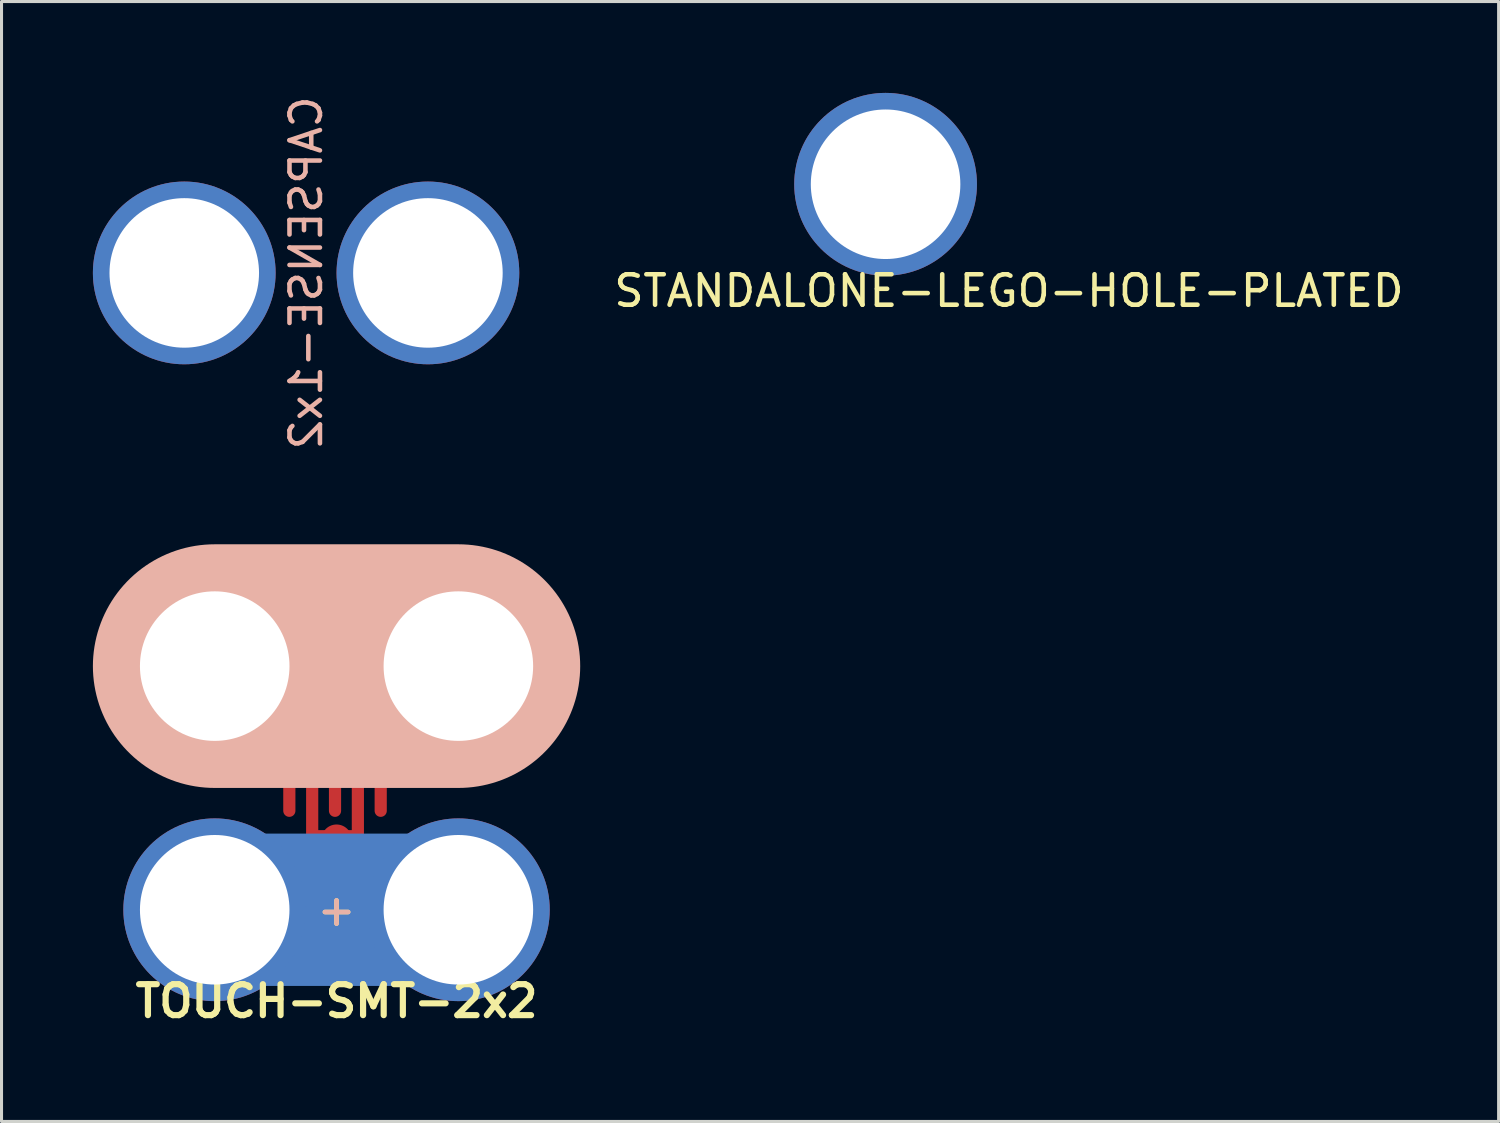
<source format=kicad_pcb>
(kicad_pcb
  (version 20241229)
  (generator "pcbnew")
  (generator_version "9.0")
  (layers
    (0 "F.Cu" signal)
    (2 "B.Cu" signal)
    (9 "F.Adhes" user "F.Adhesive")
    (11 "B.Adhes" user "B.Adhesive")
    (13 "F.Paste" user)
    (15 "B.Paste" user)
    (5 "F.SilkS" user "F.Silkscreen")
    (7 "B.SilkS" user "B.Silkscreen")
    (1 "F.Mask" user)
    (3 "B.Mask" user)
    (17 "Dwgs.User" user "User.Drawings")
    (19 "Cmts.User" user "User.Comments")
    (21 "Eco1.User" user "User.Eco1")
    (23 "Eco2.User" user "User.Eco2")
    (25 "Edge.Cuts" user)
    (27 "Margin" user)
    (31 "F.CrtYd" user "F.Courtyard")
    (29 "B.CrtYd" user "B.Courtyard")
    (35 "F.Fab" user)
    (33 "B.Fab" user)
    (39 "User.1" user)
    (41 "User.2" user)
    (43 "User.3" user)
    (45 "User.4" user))
  (footprint "CAPSENSE-1x2"
    (layer "F.Cu")
    (at 3 5.911)
    (property "Reference" "CAPSENSE-1x2" (at 4 0 90) (layer "B.SilkS") (effects (font (size 1 1) (thickness 0.15)) (justify mirror)))
    (attr through_hole)
    (pad "1" thru_hole circle (at 0 0) (size 6 6) (drill 4.91) (layers "*.Cu" "*.Mask"))
    (pad "2" thru_hole circle (at 8 0) (size 6 6) (drill 4.91) (layers "*.Cu" "*.Mask")))
  (footprint "TOUCH-SMT-2x2"
    (layer "F.Cu")
    (at 8 22.821)
    (property "Reference" "TOUCH-SMT-2x2" (at 0 7 0) (layer "F.SilkS") (effects (font (size 1.016 1.016) (thickness 0.203))))
    (attr through_hole)
    (fp_line (start -1.55 -1) (end -1.55 0.75) (stroke (width 0.4) (type solid)) (layer "F.Cu"))
    (fp_line (start -0.8 -0.25) (end -0.8 1.5) (stroke (width 0.4) (type solid)) (layer "F.Cu"))
    (fp_line (start -0.05 -1) (end -0.05 0.75) (stroke (width 0.4) (type solid)) (layer "F.Cu"))
    (fp_line (start 0 -4) (end 0 -1.1) (stroke (width 1) (type solid)) (layer "F.Cu"))
    (fp_line (start 0 1.7) (end 0 4.6) (stroke (width 1) (type solid)) (layer "F.Cu"))
    (fp_line (start 0.7 1.5) (end 0.7 -0.25) (stroke (width 0.4) (type solid)) (layer "F.Cu"))
    (fp_line (start 1.45 -1) (end 1.45 0.75) (stroke (width 0.4) (type solid)) (layer "F.Cu"))
    (fp_line (start 4 -4) (end -4.1 -4) (stroke (width 1) (type solid)) (layer "F.Cu"))
    (fp_line (start 4 4.6) (end -4.1 4.6) (stroke (width 1) (type solid)) (layer "F.Cu"))
    (fp_line (start -4 -4) (end 4 -4) (stroke (width 5) (type solid)) (layer "B.Cu"))
    (fp_line (start -4 4) (end 4 4) (stroke (width 5) (type solid)) (layer "B.Cu"))
    (fp_line (start -4 -4) (end 4 -4) (stroke (width 5) (type solid)) (layer "B.Mask"))
    (fp_line (start -4 4) (end 4 4) (stroke (width 5) (type solid)) (layer "B.Mask"))
    (fp_line (start -4 -4) (end 4 -4) (stroke (width 8) (type solid)) (layer "B.SilkS"))
    (fp_text user "+" (at 0 4 0) (layer "F.SilkS") (effects (font (size 1 1) (thickness 0.15))))
    (fp_text user "-" (at 0 -4 0) (layer "F.SilkS") (effects (font (size 1 1) (thickness 0.15))))
    (fp_text user "+" (at 0 4 0) (layer "B.SilkS") (effects (font (size 1 1) (thickness 0.15)) (justify mirror)))
    (fp_text user "+" (at 0 -4 0) (layer "B.SilkS") (effects (font (size 1 1) (thickness 0.15)) (justify mirror)))
    (pad "" smd circle (at -0.05 0) (size 4 4) (layers "F.Mask" "F.Paste"))
    (pad "1" thru_hole circle (at -4 -4) (size 6 6) (drill 4.91) (layers "*.Cu" "*.Mask"))
    (pad "1" smd rect (at -0.05 -1) (size 3 0.5) (layers "F.Cu" "F.Mask" "F.Paste"))
    (pad "1" thru_hole circle (at 4 -4) (size 6 6) (drill 4.91) (layers "*.Cu" "*.Mask"))
    (pad "2" thru_hole circle (at -4 4) (size 6 6) (drill 4.91) (layers "*.Cu" "*.Mask"))
    (pad "2" smd rect (at -0.05 1.635) (size 1.8 0.5) (layers "F.Cu" "F.Mask" "F.Paste"))
    (pad "2" thru_hole circle (at 4 4) (size 6 6) (drill 4.91) (layers "*.Cu" "*.Mask")))
  (footprint "STANDALONE-LEGO-HOLE-PLATED"
    (layer "F.Cu")
    (at 26.027 3)
    (property "Reference" "STANDALONE-LEGO-HOLE-PLATED" (at 4.05 3.5 0) (layer "F.SilkS") (effects (font (size 1 1) (thickness 0.15))))
    (attr through_hole)
    (pad "1" thru_hole circle (at 0 0) (size 6 6) (drill 4.91) (layers "*.Cu" "*.Mask")))
  (gr_rect
    (start -3 -3)
    (end 46.155 33.772)
    (stroke (width 0.1) (type default))
    (fill no)
    (layer "Edge.Cuts")))
</source>
